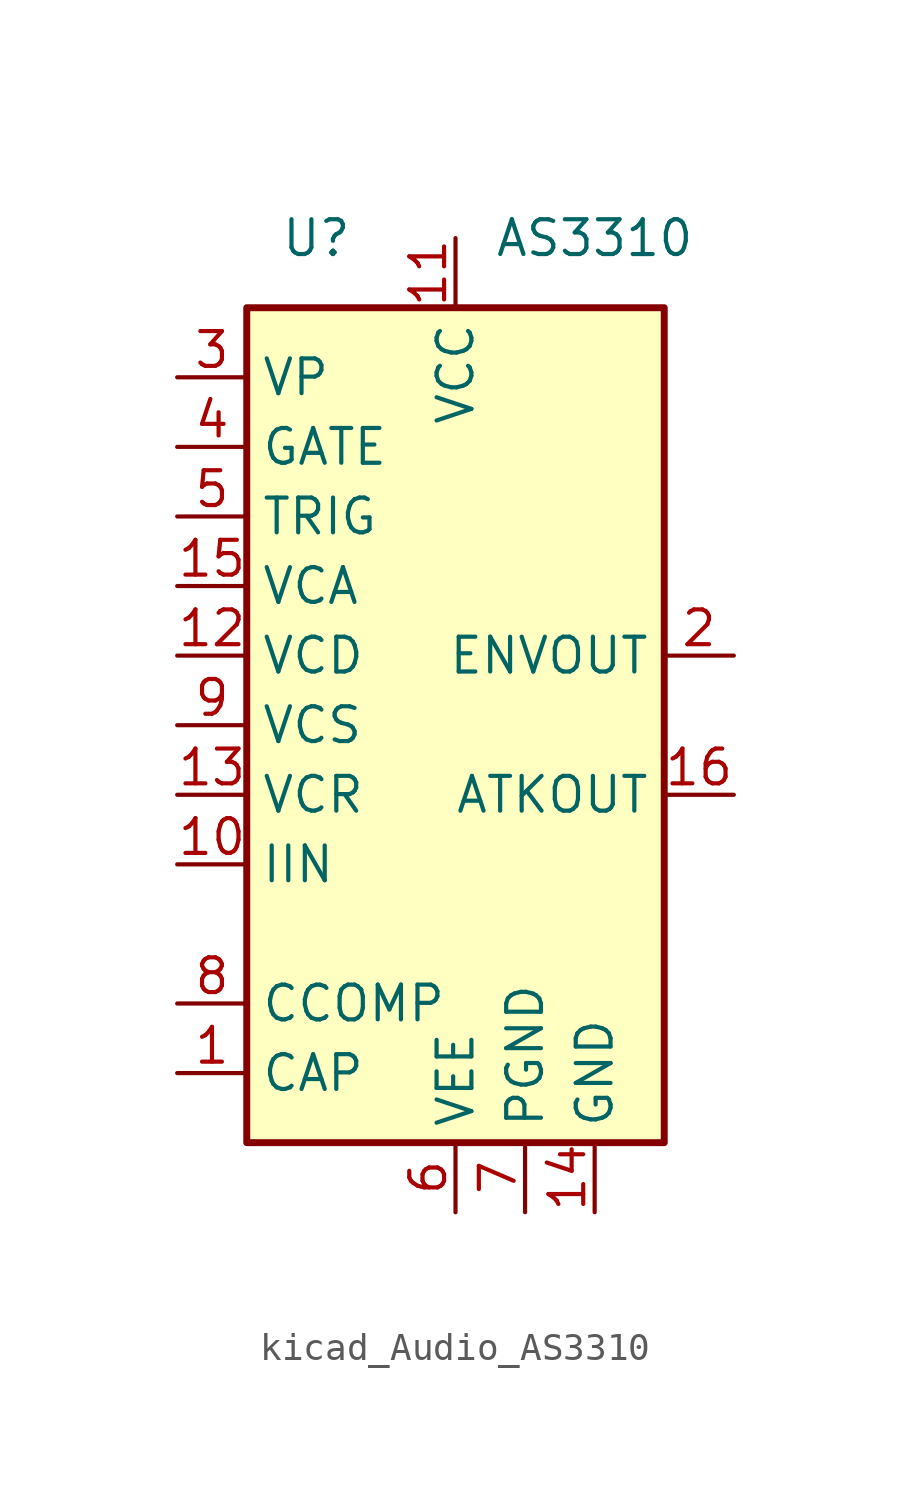
<source format=kicad_sym>
(kicad_symbol_lib
  (version 20220914)
  (generator kicad_symbol_editor)
  (symbol "kicad_Audio_AS3310"
    (property "Reference" "U"
      (at -5.08 17.78 0)
      (effects (font (size 1.27 1.27))))
    (property "Value" "AS3310"
      (at 5.08 17.78 0)
      (effects (font (size 1.27 1.27))))
    (symbol "kicad_Audio_AS3310_0_1"
      (rectangle (start 7.62 -15.24) (end -7.62 15.24) (stroke (width 0.254) (type default)) (fill (type background))))
    (symbol "kicad_Audio_AS3310_1_1"
      (pin passive line (at -10.16 -12.7 0) (length 2.54) (name "CAP" (effects (font (size 1.27 1.27)))) (number "1" (effects (font (size 1.27 1.27)))))
      (pin input line (at -10.16 -5.08 0) (length 2.54) (name "IIN" (effects (font (size 1.27 1.27)))) (number "10" (effects (font (size 1.27 1.27)))))
      (pin power_in line (at 0 17.78 270) (length 2.54) (name "VCC" (effects (font (size 1.27 1.27)))) (number "11" (effects (font (size 1.27 1.27)))))
      (pin input line (at -10.16 2.54 0) (length 2.54) (name "VCD" (effects (font (size 1.27 1.27)))) (number "12" (effects (font (size 1.27 1.27)))))
      (pin input line (at -10.16 -2.54 0) (length 2.54) (name "VCR" (effects (font (size 1.27 1.27)))) (number "13" (effects (font (size 1.27 1.27)))))
      (pin power_in line (at 5.08 -17.78 90) (length 2.54) (name "GND" (effects (font (size 1.27 1.27)))) (number "14" (effects (font (size 1.27 1.27)))))
      (pin input line (at -10.16 5.08 0) (length 2.54) (name "VCA" (effects (font (size 1.27 1.27)))) (number "15" (effects (font (size 1.27 1.27)))))
      (pin output line (at 10.16 -2.54 180) (length 2.54) (name "ATKOUT" (effects (font (size 1.27 1.27)))) (number "16" (effects (font (size 1.27 1.27)))))
      (pin output line (at 10.16 2.54 180) (length 2.54) (name "ENVOUT" (effects (font (size 1.27 1.27)))) (number "2" (effects (font (size 1.27 1.27)))))
      (pin input line (at -10.16 12.7 0) (length 2.54) (name "VP" (effects (font (size 1.27 1.27)))) (number "3" (effects (font (size 1.27 1.27)))))
      (pin input line (at -10.16 10.16 0) (length 2.54) (name "GATE" (effects (font (size 1.27 1.27)))) (number "4" (effects (font (size 1.27 1.27)))))
      (pin input line (at -10.16 7.62 0) (length 2.54) (name "TRIG" (effects (font (size 1.27 1.27)))) (number "5" (effects (font (size 1.27 1.27)))))
      (pin power_in line (at 0 -17.78 90) (length 2.54) (name "VEE" (effects (font (size 1.27 1.27)))) (number "6" (effects (font (size 1.27 1.27)))))
      (pin power_in line (at 2.54 -17.78 90) (length 2.54) (name "PGND" (effects (font (size 1.27 1.27)))) (number "7" (effects (font (size 1.27 1.27)))))
      (pin passive line (at -10.16 -10.16 0) (length 2.54) (name "CCOMP" (effects (font (size 1.27 1.27)))) (number "8" (effects (font (size 1.27 1.27)))))
      (pin input line (at -10.16 0 0) (length 2.54) (name "VCS" (effects (font (size 1.27 1.27)))) (number "9" (effects (font (size 1.27 1.27))))))))
</source>
